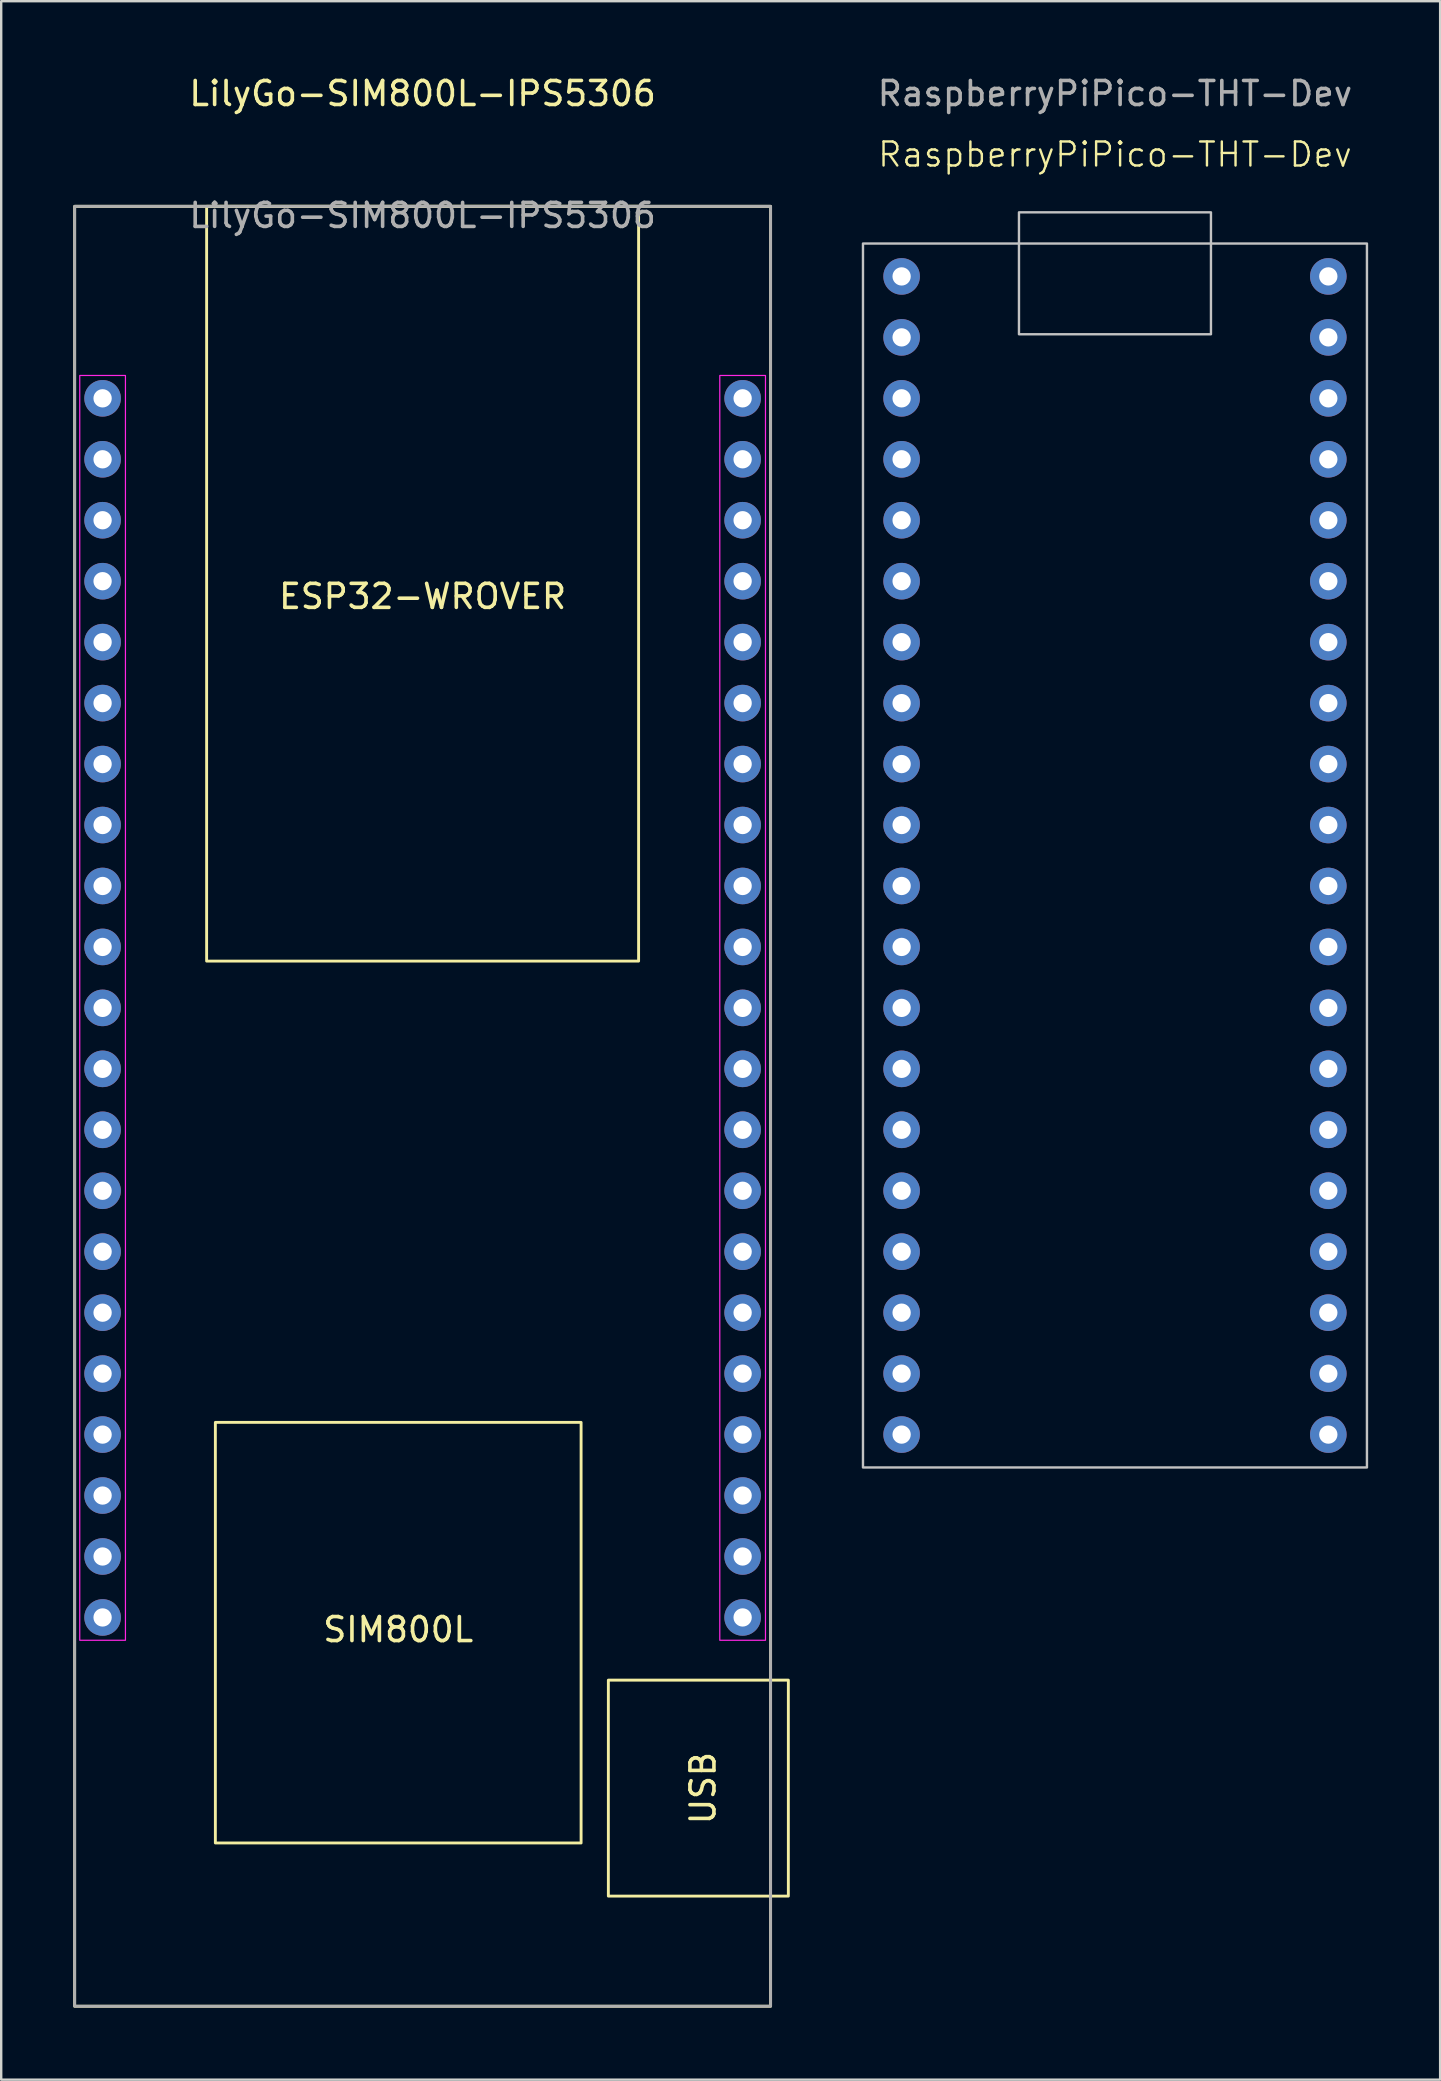
<source format=kicad_pcb>
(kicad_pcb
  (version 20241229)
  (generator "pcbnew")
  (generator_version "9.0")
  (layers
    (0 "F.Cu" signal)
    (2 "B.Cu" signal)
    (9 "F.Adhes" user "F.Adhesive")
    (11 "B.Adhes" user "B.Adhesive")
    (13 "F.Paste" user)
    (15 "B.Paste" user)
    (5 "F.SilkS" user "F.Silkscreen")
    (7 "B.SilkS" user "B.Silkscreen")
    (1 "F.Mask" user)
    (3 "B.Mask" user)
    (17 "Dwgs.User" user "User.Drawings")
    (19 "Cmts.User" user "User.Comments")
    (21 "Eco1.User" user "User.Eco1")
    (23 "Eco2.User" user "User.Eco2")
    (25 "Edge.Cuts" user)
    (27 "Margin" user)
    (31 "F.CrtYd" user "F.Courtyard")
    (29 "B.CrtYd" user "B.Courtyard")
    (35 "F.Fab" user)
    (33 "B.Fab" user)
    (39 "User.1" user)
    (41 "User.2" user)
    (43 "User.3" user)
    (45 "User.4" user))
  (footprint "LilyGo-SIM800L-IPS5306"
    (layer "F.Cu")
    (at 14.56 13.548)
    (property "Reference" "LilyGo-SIM800L-IPS5306" (at 0 -12.7 0) (unlocked yes) (layer "F.SilkS") (effects (font (size 1 1) (thickness 0.15))))
    (attr through_hole)
    (fp_rect (start -14.5 -8) (end 14.5 67) (stroke (width 0.12) (type solid)) (fill no) (layer "F.SilkS"))
    (fp_rect (start -9 -8) (end 9 23.45) (stroke (width 0.12) (type solid)) (fill no) (layer "F.SilkS"))
    (fp_rect (start -8.636 42.672) (end 6.604 60.198) (stroke (width 0.12) (type solid)) (fill no) (layer "F.SilkS"))
    (fp_rect (start 7.74 53.412) (end 15.24 62.412) (stroke (width 0.12) (type solid)) (fill no) (layer "F.SilkS"))
    (fp_rect (start -14.287 -0.953) (end -12.383 51.752) (stroke (width 0.05) (type solid)) (fill no) (layer "F.CrtYd"))
    (fp_rect (start 12.383 -0.953) (end 14.287 51.752) (stroke (width 0.05) (type solid)) (fill no) (layer "F.CrtYd"))
    (fp_rect (start -14.5 -8) (end 14.5 67) (stroke (width 0.12) (type solid)) (fill no) (layer "F.Fab"))
    (fp_text user "USB" (at 11.684 57.912 90) (unlocked yes) (layer "F.SilkS") (effects (font (size 1 1) (thickness 0.15))))
    (fp_text user "SIM800L" (at -1.016 51.308 0) (unlocked yes) (layer "F.SilkS") (effects (font (size 1 1) (thickness 0.15))))
    (fp_text user "ESP32-WROVER" (at 0 8.255 0) (unlocked yes) (layer "F.SilkS") (effects (font (size 1 1) (thickness 0.15))))
    (fp_text user "${REFERENCE}" (at 0 -7.62 0) (unlocked yes) (layer "F.Fab") (effects (font (size 1 1) (thickness 0.15))))
    (pad "1" thru_hole circle (at -13.335 0) (size 1.524 1.524) (drill 0.762) (layers "*.Cu" "*.Mask"))
    (pad "2" thru_hole circle (at -13.335 2.54) (size 1.524 1.524) (drill 0.762) (layers "*.Cu" "*.Mask"))
    (pad "3" thru_hole circle (at -13.335 5.08) (size 1.524 1.524) (drill 0.762) (layers "*.Cu" "*.Mask"))
    (pad "4" thru_hole circle (at -13.335 7.62) (size 1.524 1.524) (drill 0.762) (layers "*.Cu" "*.Mask"))
    (pad "5" thru_hole circle (at -13.335 10.16) (size 1.524 1.524) (drill 0.762) (layers "*.Cu" "*.Mask"))
    (pad "6" thru_hole circle (at -13.335 12.7) (size 1.524 1.524) (drill 0.762) (layers "*.Cu" "*.Mask"))
    (pad "7" thru_hole circle (at -13.335 15.24) (size 1.524 1.524) (drill 0.762) (layers "*.Cu" "*.Mask"))
    (pad "8" thru_hole circle (at -13.335 17.78) (size 1.524 1.524) (drill 0.762) (layers "*.Cu" "*.Mask"))
    (pad "9" thru_hole circle (at -13.335 20.32) (size 1.524 1.524) (drill 0.762) (layers "*.Cu" "*.Mask"))
    (pad "10" thru_hole circle (at -13.335 22.86) (size 1.524 1.524) (drill 0.762) (layers "*.Cu" "*.Mask"))
    (pad "11" thru_hole circle (at -13.335 25.4) (size 1.524 1.524) (drill 0.762) (layers "*.Cu" "*.Mask"))
    (pad "12" thru_hole circle (at -13.335 27.94) (size 1.524 1.524) (drill 0.762) (layers "*.Cu" "*.Mask"))
    (pad "13" thru_hole circle (at -13.335 30.48) (size 1.524 1.524) (drill 0.762) (layers "*.Cu" "*.Mask"))
    (pad "14" thru_hole circle (at -13.335 33.02) (size 1.524 1.524) (drill 0.762) (layers "*.Cu" "*.Mask"))
    (pad "15" thru_hole circle (at -13.335 35.56) (size 1.524 1.524) (drill 0.762) (layers "*.Cu" "*.Mask"))
    (pad "16" thru_hole circle (at -13.335 38.1) (size 1.524 1.524) (drill 0.762) (layers "*.Cu" "*.Mask"))
    (pad "17" thru_hole circle (at -13.335 40.64) (size 1.524 1.524) (drill 0.762) (layers "*.Cu" "*.Mask"))
    (pad "18" thru_hole circle (at -13.335 43.18) (size 1.524 1.524) (drill 0.762) (layers "*.Cu" "*.Mask"))
    (pad "19" thru_hole circle (at -13.335 45.72) (size 1.524 1.524) (drill 0.762) (layers "*.Cu" "*.Mask"))
    (pad "20" thru_hole circle (at -13.335 48.26) (size 1.524 1.524) (drill 0.762) (layers "*.Cu" "*.Mask"))
    (pad "21" thru_hole circle (at -13.335 50.8) (size 1.524 1.524) (drill 0.762) (layers "*.Cu" "*.Mask"))
    (pad "22" thru_hole circle (at 13.335 0) (size 1.524 1.524) (drill 0.762) (layers "*.Cu" "*.Mask"))
    (pad "23" thru_hole circle (at 13.335 2.54) (size 1.524 1.524) (drill 0.762) (layers "*.Cu" "*.Mask"))
    (pad "24" thru_hole circle (at 13.335 5.08) (size 1.524 1.524) (drill 0.762) (layers "*.Cu" "*.Mask"))
    (pad "25" thru_hole circle (at 13.335 7.62) (size 1.524 1.524) (drill 0.762) (layers "*.Cu" "*.Mask"))
    (pad "26" thru_hole circle (at 13.335 10.16) (size 1.524 1.524) (drill 0.762) (layers "*.Cu" "*.Mask"))
    (pad "27" thru_hole circle (at 13.335 12.7) (size 1.524 1.524) (drill 0.762) (layers "*.Cu" "*.Mask"))
    (pad "28" thru_hole circle (at 13.335 15.24) (size 1.524 1.524) (drill 0.762) (layers "*.Cu" "*.Mask"))
    (pad "29" thru_hole circle (at 13.335 17.78) (size 1.524 1.524) (drill 0.762) (layers "*.Cu" "*.Mask"))
    (pad "30" thru_hole circle (at 13.335 20.32) (size 1.524 1.524) (drill 0.762) (layers "*.Cu" "*.Mask"))
    (pad "31" thru_hole circle (at 13.335 22.86) (size 1.524 1.524) (drill 0.762) (layers "*.Cu" "*.Mask"))
    (pad "32" thru_hole circle (at 13.335 25.4) (size 1.524 1.524) (drill 0.762) (layers "*.Cu" "*.Mask"))
    (pad "33" thru_hole circle (at 13.335 27.94) (size 1.524 1.524) (drill 0.762) (layers "*.Cu" "*.Mask"))
    (pad "34" thru_hole circle (at 13.335 30.48) (size 1.524 1.524) (drill 0.762) (layers "*.Cu" "*.Mask"))
    (pad "35" thru_hole circle (at 13.335 33.02) (size 1.524 1.524) (drill 0.762) (layers "*.Cu" "*.Mask"))
    (pad "36" thru_hole circle (at 13.335 35.56) (size 1.524 1.524) (drill 0.762) (layers "*.Cu" "*.Mask"))
    (pad "37" thru_hole circle (at 13.335 38.1) (size 1.524 1.524) (drill 0.762) (layers "*.Cu" "*.Mask"))
    (pad "38" thru_hole circle (at 13.335 40.64) (size 1.524 1.524) (drill 0.762) (layers "*.Cu" "*.Mask"))
    (pad "39" thru_hole circle (at 13.335 43.18) (size 1.524 1.524) (drill 0.762) (layers "*.Cu" "*.Mask"))
    (pad "40" thru_hole circle (at 13.335 45.72) (size 1.524 1.524) (drill 0.762) (layers "*.Cu" "*.Mask"))
    (pad "41" thru_hole circle (at 13.335 48.26) (size 1.524 1.524) (drill 0.762) (layers "*.Cu" "*.Mask"))
    (pad "42" thru_hole circle (at 13.335 50.8) (size 1.524 1.524) (drill 0.762) (layers "*.Cu" "*.Mask")))
  (footprint "RaspberryPiPico-THT-Dev"
    (layer "F.Cu")
    (at 43.41 8.468)
    (property "Reference" "RaspberryPiPico-THT-Dev" (at 0 -5.08 0) (unlocked yes) (layer "F.SilkS") (effects (font (size 1 1) (thickness 0.1))))
    (attr through_hole)
    (fp_rect (start -10.5 -1.37) (end 10.5 49.63) (stroke (width 0.1) (type default)) (fill no) (layer "Dwgs.User"))
    (fp_rect (start -4 -2.67) (end 4 2.41) (stroke (width 0.1) (type default)) (fill no) (layer "Dwgs.User"))
    (fp_text user "${REFERENCE}" (at 0 -7.62 0) (unlocked yes) (layer "F.Fab") (effects (font (size 1 1) (thickness 0.15))))
    (pad "1" thru_hole circle (at -8.89 0) (size 1.524 1.524) (drill 0.762) (layers "*.Cu" "*.Mask"))
    (pad "2" thru_hole circle (at -8.89 2.54) (size 1.524 1.524) (drill 0.762) (layers "*.Cu" "*.Mask"))
    (pad "3" thru_hole circle (at -8.89 5.08) (size 1.524 1.524) (drill 0.762) (layers "*.Cu" "*.Mask"))
    (pad "4" thru_hole circle (at -8.89 7.62) (size 1.524 1.524) (drill 0.762) (layers "*.Cu" "*.Mask"))
    (pad "5" thru_hole circle (at -8.89 10.16) (size 1.524 1.524) (drill 0.762) (layers "*.Cu" "*.Mask"))
    (pad "6" thru_hole circle (at -8.89 12.7) (size 1.524 1.524) (drill 0.762) (layers "*.Cu" "*.Mask"))
    (pad "7" thru_hole circle (at -8.89 15.24) (size 1.524 1.524) (drill 0.762) (layers "*.Cu" "*.Mask"))
    (pad "8" thru_hole circle (at -8.89 17.78) (size 1.524 1.524) (drill 0.762) (layers "*.Cu" "*.Mask"))
    (pad "9" thru_hole circle (at -8.89 20.32) (size 1.524 1.524) (drill 0.762) (layers "*.Cu" "*.Mask"))
    (pad "10" thru_hole circle (at -8.89 22.86) (size 1.524 1.524) (drill 0.762) (layers "*.Cu" "*.Mask"))
    (pad "11" thru_hole circle (at -8.89 25.4) (size 1.524 1.524) (drill 0.762) (layers "*.Cu" "*.Mask"))
    (pad "12" thru_hole circle (at -8.89 27.94) (size 1.524 1.524) (drill 0.762) (layers "*.Cu" "*.Mask"))
    (pad "13" thru_hole circle (at -8.89 30.48) (size 1.524 1.524) (drill 0.762) (layers "*.Cu" "*.Mask"))
    (pad "14" thru_hole circle (at -8.89 33.02) (size 1.524 1.524) (drill 0.762) (layers "*.Cu" "*.Mask"))
    (pad "15" thru_hole circle (at -8.89 35.56) (size 1.524 1.524) (drill 0.762) (layers "*.Cu" "*.Mask"))
    (pad "16" thru_hole circle (at -8.89 38.1) (size 1.524 1.524) (drill 0.762) (layers "*.Cu" "*.Mask"))
    (pad "17" thru_hole circle (at -8.89 40.64) (size 1.524 1.524) (drill 0.762) (layers "*.Cu" "*.Mask"))
    (pad "18" thru_hole circle (at -8.89 43.18) (size 1.524 1.524) (drill 0.762) (layers "*.Cu" "*.Mask"))
    (pad "19" thru_hole circle (at -8.89 45.72) (size 1.524 1.524) (drill 0.762) (layers "*.Cu" "*.Mask"))
    (pad "20" thru_hole circle (at -8.89 48.26) (size 1.524 1.524) (drill 0.762) (layers "*.Cu" "*.Mask"))
    (pad "21" thru_hole circle (at 8.89 0) (size 1.524 1.524) (drill 0.762) (layers "*.Cu" "*.Mask"))
    (pad "22" thru_hole circle (at 8.89 2.54) (size 1.524 1.524) (drill 0.762) (layers "*.Cu" "*.Mask"))
    (pad "23" thru_hole circle (at 8.89 5.08) (size 1.524 1.524) (drill 0.762) (layers "*.Cu" "*.Mask"))
    (pad "24" thru_hole circle (at 8.89 7.62) (size 1.524 1.524) (drill 0.762) (layers "*.Cu" "*.Mask"))
    (pad "25" thru_hole circle (at 8.89 10.16) (size 1.524 1.524) (drill 0.762) (layers "*.Cu" "*.Mask"))
    (pad "26" thru_hole circle (at 8.89 12.7) (size 1.524 1.524) (drill 0.762) (layers "*.Cu" "*.Mask"))
    (pad "27" thru_hole circle (at 8.89 15.24) (size 1.524 1.524) (drill 0.762) (layers "*.Cu" "*.Mask"))
    (pad "28" thru_hole circle (at 8.89 17.78) (size 1.524 1.524) (drill 0.762) (layers "*.Cu" "*.Mask"))
    (pad "29" thru_hole circle (at 8.89 20.32) (size 1.524 1.524) (drill 0.762) (layers "*.Cu" "*.Mask"))
    (pad "30" thru_hole circle (at 8.89 22.86) (size 1.524 1.524) (drill 0.762) (layers "*.Cu" "*.Mask"))
    (pad "31" thru_hole circle (at 8.89 25.4) (size 1.524 1.524) (drill 0.762) (layers "*.Cu" "*.Mask"))
    (pad "32" thru_hole circle (at 8.89 27.94) (size 1.524 1.524) (drill 0.762) (layers "*.Cu" "*.Mask"))
    (pad "33" thru_hole circle (at 8.89 30.48) (size 1.524 1.524) (drill 0.762) (layers "*.Cu" "*.Mask"))
    (pad "34" thru_hole circle (at 8.89 33.02) (size 1.524 1.524) (drill 0.762) (layers "*.Cu" "*.Mask"))
    (pad "35" thru_hole circle (at 8.89 35.56) (size 1.524 1.524) (drill 0.762) (layers "*.Cu" "*.Mask"))
    (pad "36" thru_hole circle (at 8.89 38.1) (size 1.524 1.524) (drill 0.762) (layers "*.Cu" "*.Mask"))
    (pad "37" thru_hole circle (at 8.89 40.64) (size 1.524 1.524) (drill 0.762) (layers "*.Cu" "*.Mask"))
    (pad "38" thru_hole circle (at 8.89 43.18) (size 1.524 1.524) (drill 0.762) (layers "*.Cu" "*.Mask"))
    (pad "39" thru_hole circle (at 8.89 45.72) (size 1.524 1.524) (drill 0.762) (layers "*.Cu" "*.Mask"))
    (pad "40" thru_hole circle (at 8.89 48.26) (size 1.524 1.524) (drill 0.762) (layers "*.Cu" "*.Mask")))
  (gr_rect
    (start -3 -3)
    (end 56.96 83.608)
    (stroke (width 0.1) (type default))
    (fill no)
    (layer "Edge.Cuts")))
</source>
